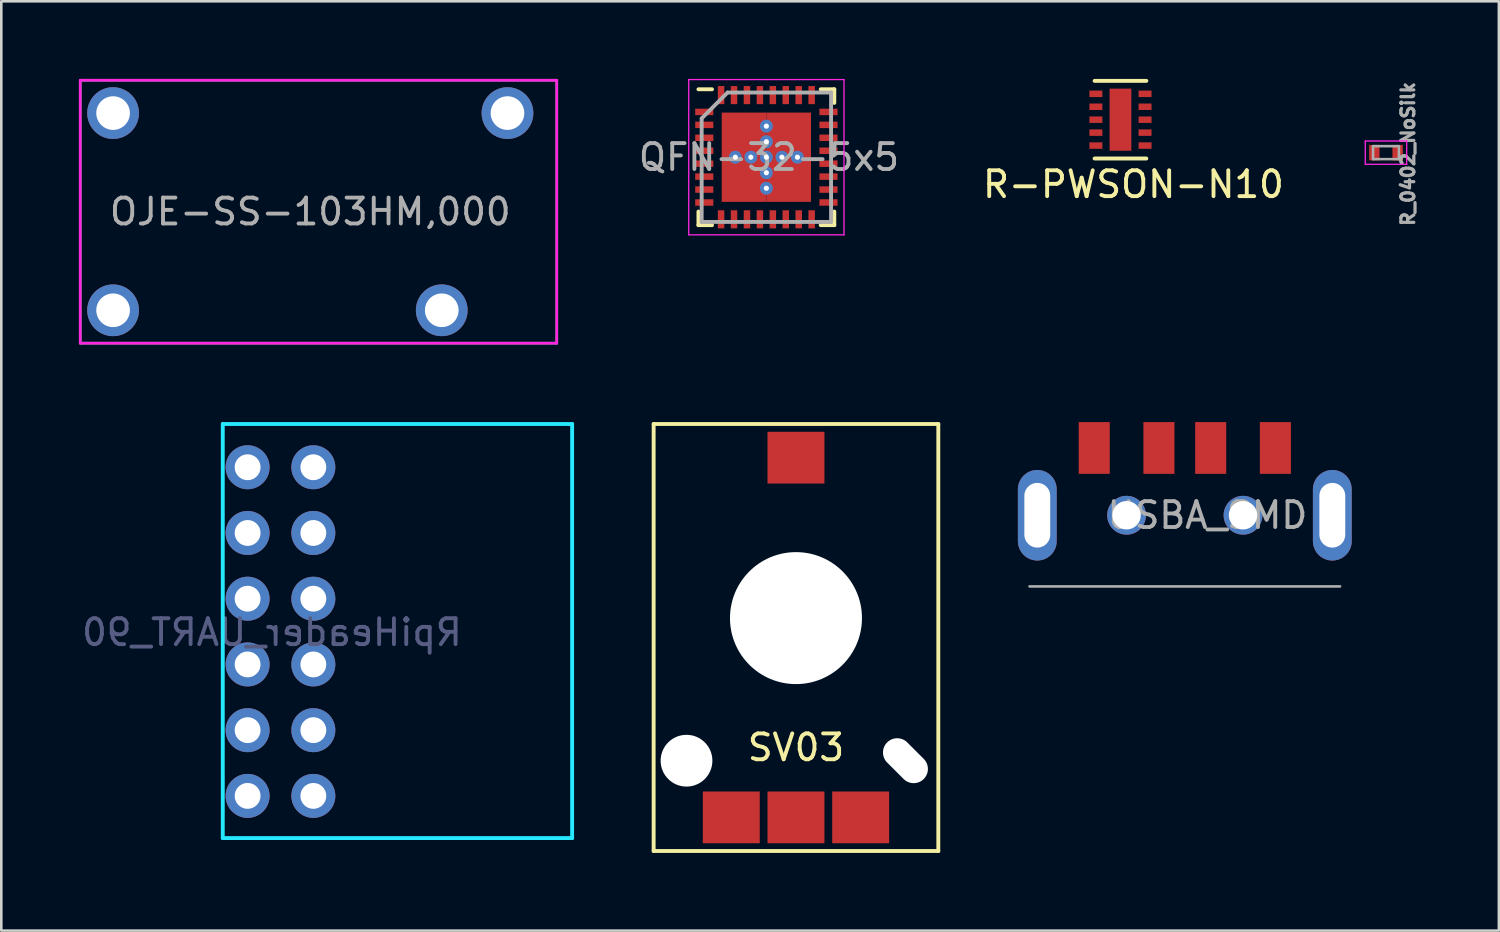
<source format=kicad_pcb>
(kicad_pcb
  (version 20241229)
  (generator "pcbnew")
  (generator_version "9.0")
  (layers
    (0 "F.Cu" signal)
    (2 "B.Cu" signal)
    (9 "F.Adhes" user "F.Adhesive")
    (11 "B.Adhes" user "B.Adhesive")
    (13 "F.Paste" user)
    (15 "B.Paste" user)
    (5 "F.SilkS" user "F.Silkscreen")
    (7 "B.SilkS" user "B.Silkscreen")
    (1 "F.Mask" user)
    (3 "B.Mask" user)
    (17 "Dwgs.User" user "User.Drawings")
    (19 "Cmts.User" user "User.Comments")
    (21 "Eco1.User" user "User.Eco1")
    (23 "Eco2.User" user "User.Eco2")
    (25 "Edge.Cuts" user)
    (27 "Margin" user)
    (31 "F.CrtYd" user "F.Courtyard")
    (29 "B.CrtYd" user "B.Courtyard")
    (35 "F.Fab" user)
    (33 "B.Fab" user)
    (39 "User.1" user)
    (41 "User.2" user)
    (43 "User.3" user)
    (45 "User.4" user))
  (footprint "RpiHeader_UART_90"
    (layer "F.Cu")
    (at 9.058 20.085)
    (property "Reference" "RpiHeader_UART_90" (at -1.6 1.3 0) (layer "B.Fab") (effects (font (size 1 1) (thickness 0.15)) (justify mirror)))
    (attr through_hole)
    (fp_line (start -3.5 -6.75) (end 10 -6.75) (stroke (width 0.15) (type solid)) (layer "B.CrtYd"))
    (fp_line (start -3.5 9.25) (end -3.5 -6.75) (stroke (width 0.15) (type solid)) (layer "B.CrtYd"))
    (fp_line (start 10 -6.75) (end 10 9.25) (stroke (width 0.15) (type solid)) (layer "B.CrtYd"))
    (fp_line (start 10 9.25) (end -3.5 9.25) (stroke (width 0.15) (type solid)) (layer "B.CrtYd"))
    (pad "1" thru_hole circle (at -2.54 -5.08) (size 1.7 1.7) (drill 1) (layers "*.Cu" "*.Mask"))
    (pad "2" thru_hole circle (at 0 -5.08) (size 1.7 1.7) (drill 1) (layers "*.Cu" "*.Mask"))
    (pad "3" thru_hole circle (at -2.54 -2.54) (size 1.7 1.7) (drill 1) (layers "*.Cu" "*.Mask"))
    (pad "4" thru_hole circle (at 0 -2.54) (size 1.7 1.7) (drill 1) (layers "*.Cu" "*.Mask"))
    (pad "5" thru_hole circle (at -2.54 0) (size 1.7 1.7) (drill 1) (layers "*.Cu" "*.Mask"))
    (pad "6" thru_hole circle (at 0 0) (size 1.7 1.7) (drill 1) (layers "*.Cu" "*.Mask"))
    (pad "7" thru_hole circle (at -2.54 2.54) (size 1.7 1.7) (drill 1) (layers "*.Cu" "*.Mask"))
    (pad "8" thru_hole circle (at 0 2.54) (size 1.7 1.7) (drill 1) (layers "*.Cu" "*.Mask"))
    (pad "9" thru_hole circle (at -2.54 5.08) (size 1.7 1.7) (drill 1) (layers "*.Cu" "*.Mask"))
    (pad "10" thru_hole circle (at 0 5.08) (size 1.7 1.7) (drill 1) (layers "*.Cu" "*.Mask"))
    (pad "11" thru_hole circle (at -2.54 7.62) (size 1.7 1.7) (drill 1) (layers "*.Cu" "*.Mask"))
    (pad "12" thru_hole circle (at 0 7.62) (size 1.7 1.7) (drill 1) (layers "*.Cu" "*.Mask")))
  (footprint "SV03"
    (layer "F.Cu")
    (at 27.708 20.835)
    (property "Reference" "SV03" (at 0 5 0) (layer "F.SilkS") (effects (font (size 1 1) (thickness 0.15))))
    (attr through_hole)
    (fp_line (start -5.5 -7.5) (end 5.5 -7.5) (stroke (width 0.15) (type solid)) (layer "F.SilkS"))
    (fp_line (start -5.5 9) (end -5.5 -7.5) (stroke (width 0.15) (type solid)) (layer "F.SilkS"))
    (fp_line (start -5.5 9) (end 5.5 9) (stroke (width 0.15) (type solid)) (layer "F.SilkS"))
    (fp_line (start 5.5 9) (end 5.5 -7.5) (stroke (width 0.15) (type solid)) (layer "F.SilkS"))
    (pad "" np_thru_hole circle (at -4.23 5.51) (size 2 2) (drill 2) (layers "*.Cu" "*.Mask"))
    (pad "" np_thru_hole circle (at 0 0) (size 5.1 5.1) (drill 5.1) (layers "*.Cu" "*.Mask"))
    (pad "" np_thru_hole oval (at 4.23 5.51 45) (size 1.1 2) (drill oval 1.1 2) (layers "*.Cu" "*.Mask"))
    (pad "1" smd rect (at -2.5 7.7) (size 2.2 2) (layers "F.Cu" "F.Mask" "F.Paste"))
    (pad "2" smd rect (at 0 -6.2) (size 2.2 2) (layers "F.Cu" "F.Mask" "F.Paste"))
    (pad "2" smd rect (at 0 7.7) (size 2.2 2) (layers "F.Cu" "F.Mask" "F.Paste"))
    (pad "3" smd rect (at 2.5 7.7) (size 2.2 2) (layers "F.Cu" "F.Mask" "F.Paste")))
  (footprint "OJE-SS-103HM,000"
    (layer "F.Cu")
    (at 1.32 8.94)
    (property "Reference" "OJE-SS-103HM,000" (at 7.62 -3.81 0) (layer "F.Fab") (effects (font (size 1 1) (thickness 0.15))))
    (attr through_hole)
    (fp_line (start -1.27 -8.89) (end -1.27 1.27) (stroke (width 0.1) (type solid)) (layer "F.CrtYd"))
    (fp_line (start -1.27 1.27) (end 17.145 1.27) (stroke (width 0.1) (type solid)) (layer "F.CrtYd"))
    (fp_line (start 17.145 -8.89) (end -1.27 -8.89) (stroke (width 0.1) (type solid)) (layer "F.CrtYd"))
    (fp_line (start 17.145 1.27) (end 17.145 -8.89) (stroke (width 0.1) (type solid)) (layer "F.CrtYd"))
    (fp_line (start -1.27 -8.89) (end -1.27 1.27) (stroke (width 0.1) (type solid)) (layer "F.Fab"))
    (fp_line (start -1.27 1.27) (end 17.145 1.27) (stroke (width 0.1) (type solid)) (layer "F.Fab"))
    (fp_line (start 17.145 -8.89) (end -1.27 -8.89) (stroke (width 0.1) (type solid)) (layer "F.Fab"))
    (fp_line (start 17.145 1.27) (end 17.145 -8.89) (stroke (width 0.1) (type solid)) (layer "F.Fab"))
    (pad "1" thru_hole circle (at 0 0) (size 2 2) (drill 1.3) (layers "*.Cu" "*.Mask"))
    (pad "2" thru_hole circle (at 12.7 0) (size 2 2) (drill 1.3) (layers "*.Cu" "*.Mask"))
    (pad "3" thru_hole circle (at 15.24 -7.62) (size 2 2) (drill 1.3) (layers "*.Cu" "*.Mask"))
    (pad "4" thru_hole circle (at 0 -7.62) (size 2 2) (drill 1.3) (layers "*.Cu" "*.Mask")))
  (footprint "R-PWSON-N10"
    (layer "F.Cu")
    (at 40.247 1.575)
    (property "Reference" "R-PWSON-N10" (at 0.5 2.5 0) (layer "F.SilkS") (effects (font (size 1 1) (thickness 0.15))))
    (attr smd)
    (fp_line (start -1 -1.5) (end 1 -1.5) (stroke (width 0.15) (type solid)) (layer "F.SilkS"))
    (fp_line (start -1 1.5) (end 1 1.5) (stroke (width 0.15) (type solid)) (layer "F.SilkS"))
    (pad "1" smd rect (at -0.95 -1) (size 0.5 0.25) (layers "F.Cu" "F.Mask" "F.Paste"))
    (pad "1" smd rect (at 0 0) (size 0.84 2.4) (layers "F.Cu" "F.Mask" "F.Paste"))
    (pad "2" smd rect (at -0.95 -0.5) (size 0.5 0.25) (layers "F.Cu" "F.Mask" "F.Paste"))
    (pad "3" smd rect (at -0.95 0) (size 0.5 0.25) (layers "F.Cu" "F.Mask" "F.Paste"))
    (pad "4" smd rect (at -0.95 0.5) (size 0.5 0.25) (layers "F.Cu" "F.Mask" "F.Paste"))
    (pad "5" smd rect (at -0.95 1) (size 0.5 0.25) (layers "F.Cu" "F.Mask" "F.Paste"))
    (pad "6" smd rect (at 0.95 1) (size 0.5 0.25) (layers "F.Cu" "F.Mask" "F.Paste"))
    (pad "7" smd rect (at 0.95 0.5) (size 0.5 0.25) (layers "F.Cu" "F.Mask" "F.Paste"))
    (pad "8" smd rect (at 0.95 0) (size 0.5 0.25) (layers "F.Cu" "F.Mask" "F.Paste"))
    (pad "9" smd rect (at 0.95 -0.5) (size 0.5 0.25) (layers "F.Cu" "F.Mask" "F.Paste"))
    (pad "10" smd rect (at 0.95 -1) (size 0.5 0.25) (layers "F.Cu" "F.Mask" "F.Paste")))
  (footprint "QFN-32-5x5"
    (layer "F.Cu")
    (at 26.864 2.725)
    (property "Reference" "QFN-32-5x5" (at -0.2 0.3 0) (layer "F.Fab") (effects (font (size 1 1) (thickness 0.15))))
    (attr through_hole)
    (fp_line (start -2.925 -2.325) (end -2.4 -2.325) (stroke (width 0.15) (type solid)) (layer "F.SilkS"))
    (fp_line (start -2.925 2.925) (end -2.925 2.4) (stroke (width 0.15) (type solid)) (layer "F.SilkS"))
    (fp_line (start -2.925 2.925) (end -2.4 2.925) (stroke (width 0.15) (type solid)) (layer "F.SilkS"))
    (fp_line (start 2.325 -2.325) (end 1.8 -2.325) (stroke (width 0.15) (type solid)) (layer "F.SilkS"))
    (fp_line (start 2.325 -2.325) (end 2.325 -1.8) (stroke (width 0.15) (type solid)) (layer "F.SilkS"))
    (fp_line (start 2.325 2.925) (end 1.8 2.925) (stroke (width 0.15) (type solid)) (layer "F.SilkS"))
    (fp_line (start 2.325 2.925) (end 2.325 2.4) (stroke (width 0.15) (type solid)) (layer "F.SilkS"))
    (fp_line (start -3.3 -2.7) (end -3.3 3.3) (stroke (width 0.05) (type solid)) (layer "F.CrtYd"))
    (fp_line (start -3.3 -2.7) (end 2.7 -2.7) (stroke (width 0.05) (type solid)) (layer "F.CrtYd"))
    (fp_line (start -3.3 3.3) (end 2.7 3.3) (stroke (width 0.05) (type solid)) (layer "F.CrtYd"))
    (fp_line (start 2.7 -2.7) (end 2.7 3.3) (stroke (width 0.05) (type solid)) (layer "F.CrtYd"))
    (fp_line (start -2.8 -1.2) (end -1.8 -2.2) (stroke (width 0.15) (type solid)) (layer "F.Fab"))
    (fp_line (start -2.8 2.8) (end -2.8 -1.2) (stroke (width 0.15) (type solid)) (layer "F.Fab"))
    (fp_line (start -1.8 -2.2) (end 2.2 -2.2) (stroke (width 0.15) (type solid)) (layer "F.Fab"))
    (fp_line (start 2.2 -2.2) (end 2.2 2.8) (stroke (width 0.15) (type solid)) (layer "F.Fab"))
    (fp_line (start 2.2 2.8) (end -2.8 2.8) (stroke (width 0.15) (type solid)) (layer "F.Fab"))
    (pad "1" smd rect (at -2.7 -1.45) (size 0.7 0.25) (layers "F.Cu" "F.Mask" "F.Paste"))
    (pad "2" smd rect (at -2.7 -0.95) (size 0.7 0.25) (layers "F.Cu" "F.Mask" "F.Paste"))
    (pad "3" smd rect (at -2.7 -0.45) (size 0.7 0.25) (layers "F.Cu" "F.Mask" "F.Paste"))
    (pad "4" smd rect (at -2.7 0.05) (size 0.7 0.25) (layers "F.Cu" "F.Mask" "F.Paste"))
    (pad "5" smd rect (at -2.7 0.55) (size 0.7 0.25) (layers "F.Cu" "F.Mask" "F.Paste"))
    (pad "6" smd rect (at -2.7 1.05) (size 0.7 0.25) (layers "F.Cu" "F.Mask" "F.Paste"))
    (pad "7" smd rect (at -2.7 1.55) (size 0.7 0.25) (layers "F.Cu" "F.Mask" "F.Paste"))
    (pad "8" smd rect (at -2.7 2.05) (size 0.7 0.25) (layers "F.Cu" "F.Mask" "F.Paste"))
    (pad "9" smd rect (at -2.05 2.7 90) (size 0.7 0.25) (layers "F.Cu" "F.Mask" "F.Paste"))
    (pad "10" smd rect (at -1.55 2.7 90) (size 0.7 0.25) (layers "F.Cu" "F.Mask" "F.Paste"))
    (pad "11" smd rect (at -1.05 2.7 90) (size 0.7 0.25) (layers "F.Cu" "F.Mask" "F.Paste"))
    (pad "12" smd rect (at -0.55 2.7 90) (size 0.7 0.25) (layers "F.Cu" "F.Mask" "F.Paste"))
    (pad "13" smd rect (at -0.05 2.7 90) (size 0.7 0.25) (layers "F.Cu" "F.Mask" "F.Paste"))
    (pad "14" smd rect (at 0.45 2.7 90) (size 0.7 0.25) (layers "F.Cu" "F.Mask" "F.Paste"))
    (pad "15" smd rect (at 0.95 2.7 90) (size 0.7 0.25) (layers "F.Cu" "F.Mask" "F.Paste"))
    (pad "16" smd rect (at 1.45 2.7 90) (size 0.7 0.25) (layers "F.Cu" "F.Mask" "F.Paste"))
    (pad "17" smd rect (at 2.1 2.05) (size 0.7 0.25) (layers "F.Cu" "F.Mask" "F.Paste"))
    (pad "18" smd rect (at 2.1 1.55) (size 0.7 0.25) (layers "F.Cu" "F.Mask" "F.Paste"))
    (pad "19" smd rect (at 2.1 1.05) (size 0.7 0.25) (layers "F.Cu" "F.Mask" "F.Paste"))
    (pad "20" smd rect (at 2.1 0.55) (size 0.7 0.25) (layers "F.Cu" "F.Mask" "F.Paste"))
    (pad "21" smd rect (at 2.1 0.05) (size 0.7 0.25) (layers "F.Cu" "F.Mask" "F.Paste"))
    (pad "22" smd rect (at 2.1 -0.45) (size 0.7 0.25) (layers "F.Cu" "F.Mask" "F.Paste"))
    (pad "23" smd rect (at 2.1 -0.95) (size 0.7 0.25) (layers "F.Cu" "F.Mask" "F.Paste"))
    (pad "24" smd rect (at 2.1 -1.45) (size 0.7 0.25) (layers "F.Cu" "F.Mask" "F.Paste"))
    (pad "25" smd rect (at 1.45 -2.1 90) (size 0.7 0.25) (layers "F.Cu" "F.Mask" "F.Paste"))
    (pad "26" smd rect (at 0.95 -2.1 90) (size 0.7 0.25) (layers "F.Cu" "F.Mask" "F.Paste"))
    (pad "27" smd rect (at 0.45 -2.1 90) (size 0.7 0.25) (layers "F.Cu" "F.Mask" "F.Paste"))
    (pad "28" smd rect (at -0.05 -2.1 90) (size 0.7 0.25) (layers "F.Cu" "F.Mask" "F.Paste"))
    (pad "29" smd rect (at -0.55 -2.1 90) (size 0.7 0.25) (layers "F.Cu" "F.Mask" "F.Paste"))
    (pad "30" smd rect (at -1.05 -2.1 90) (size 0.7 0.25) (layers "F.Cu" "F.Mask" "F.Paste"))
    (pad "31" smd rect (at -1.55 -2.1 90) (size 0.7 0.25) (layers "F.Cu" "F.Mask" "F.Paste"))
    (pad "32" smd rect (at -2.05 -2.1 90) (size 0.7 0.25) (layers "F.Cu" "F.Mask" "F.Paste"))
    (pad "33" thru_hole circle (at -1.5 0.3) (size 0.5 0.5) (drill 0.2) (layers "*.Cu" "*.Mask"))
    (pad "33" smd rect (at -1.163 -0.562) (size 1.725 1.725) (layers "F.Cu" "F.Mask" "F.Paste"))
    (pad "33" smd rect (at -1.163 1.163) (size 1.725 1.725) (layers "F.Cu" "F.Mask" "F.Paste"))
    (pad "33" thru_hole circle (at -0.9 0.3) (size 0.5 0.5) (drill 0.2) (layers "*.Cu" "*.Mask"))
    (pad "33" thru_hole circle (at -0.3 -0.9) (size 0.5 0.5) (drill 0.2) (layers "*.Cu" "*.Mask"))
    (pad "33" thru_hole circle (at -0.3 -0.3) (size 0.5 0.5) (drill 0.2) (layers "*.Cu" "*.Mask"))
    (pad "33" thru_hole circle (at -0.3 0.3) (size 0.5 0.5) (drill 0.2) (layers "*.Cu" "*.Mask"))
    (pad "33" thru_hole circle (at -0.3 0.9) (size 0.5 0.5) (drill 0.2) (layers "*.Cu" "*.Mask"))
    (pad "33" thru_hole circle (at -0.3 1.5) (size 0.5 0.5) (drill 0.2) (layers "*.Cu" "*.Mask"))
    (pad "33" thru_hole circle (at 0.3 0.3) (size 0.5 0.5) (drill 0.2) (layers "*.Cu" "*.Mask"))
    (pad "33" smd rect (at 0.562 -0.562) (size 1.725 1.725) (layers "F.Cu" "F.Mask" "F.Paste"))
    (pad "33" smd rect (at 0.562 1.163) (size 1.725 1.725) (layers "F.Cu" "F.Mask" "F.Paste"))
    (pad "33" thru_hole circle (at 0.9 0.3) (size 0.5 0.5) (drill 0.2) (layers "*.Cu" "*.Mask")))
  (footprint "R_0402_NoSilk"
    (layer "F.Cu")
    (at 50.507 2.849)
    (property "Reference" "R_0402_NoSilk" (at 0.85 0.05 90) (layer "F.Fab") (effects (font (size 0.5 0.5) (thickness 0.125))))
    (attr smd)
    (fp_line (start -0.8 -0.45) (end -0.8 0.45) (stroke (width 0.05) (type solid)) (layer "F.CrtYd"))
    (fp_line (start -0.8 -0.45) (end 0.8 -0.45) (stroke (width 0.05) (type solid)) (layer "F.CrtYd"))
    (fp_line (start 0.8 0.45) (end -0.8 0.45) (stroke (width 0.05) (type solid)) (layer "F.CrtYd"))
    (fp_line (start 0.8 0.45) (end 0.8 -0.45) (stroke (width 0.05) (type solid)) (layer "F.CrtYd"))
    (fp_line (start -0.5 -0.25) (end 0.5 -0.25) (stroke (width 0.1) (type solid)) (layer "F.Fab"))
    (fp_line (start -0.5 0.25) (end -0.5 -0.25) (stroke (width 0.1) (type solid)) (layer "F.Fab"))
    (fp_line (start 0.5 -0.25) (end 0.5 0.25) (stroke (width 0.1) (type solid)) (layer "F.Fab"))
    (fp_line (start 0.5 0.25) (end -0.5 0.25) (stroke (width 0.1) (type solid)) (layer "F.Fab"))
    (pad "1" smd rect (at -0.45 0) (size 0.4 0.6) (layers "F.Cu" "F.Mask" "F.Paste"))
    (pad "2" smd rect (at 0.45 0) (size 0.4 0.6) (layers "F.Cu" "F.Mask" "F.Paste")))
  (footprint "USBA_SMD"
    (layer "F.Cu")
    (at 42.733 16.86)
    (property "Reference" "USBA_SMD" (at 0.875 0 0) (layer "F.Fab") (effects (font (size 1 1) (thickness 0.15))))
    (attr through_hole)
    (fp_line (start -6 2.75) (end 6 2.75) (stroke (width 0.1) (type solid)) (layer "F.Fab"))
    (pad "" np_thru_hole oval (at -5.7 0) (size 1.5 3.5) (drill oval 1 2.5) (layers "*.Cu" "*.Mask"))
    (pad "" np_thru_hole circle (at -2.25 0) (size 1.5 1.5) (drill 1.1) (layers "*.Cu" "*.Mask"))
    (pad "" np_thru_hole circle (at 2.25 0) (size 1.5 1.5) (drill 1.1) (layers "*.Cu" "*.Mask"))
    (pad "" np_thru_hole oval (at 5.7 0) (size 1.5 3.5) (drill oval 1 2.5) (layers "*.Cu" "*.Mask"))
    (pad "1" smd rect (at 3.5 -2.6) (size 1.2 2) (layers "F.Cu" "F.Mask" "F.Paste"))
    (pad "2" smd rect (at 1 -2.6) (size 1.2 2) (layers "F.Cu" "F.Mask" "F.Paste"))
    (pad "3" smd rect (at -1 -2.6) (size 1.2 2) (layers "F.Cu" "F.Mask" "F.Paste"))
    (pad "4" smd rect (at -3.5 -2.6) (size 1.2 2) (layers "F.Cu" "F.Mask" "F.Paste")))
  (gr_rect
    (start -3 -3)
    (end 54.869 32.91)
    (stroke (width 0.1) (type default))
    (fill no)
    (layer "Edge.Cuts")))
</source>
